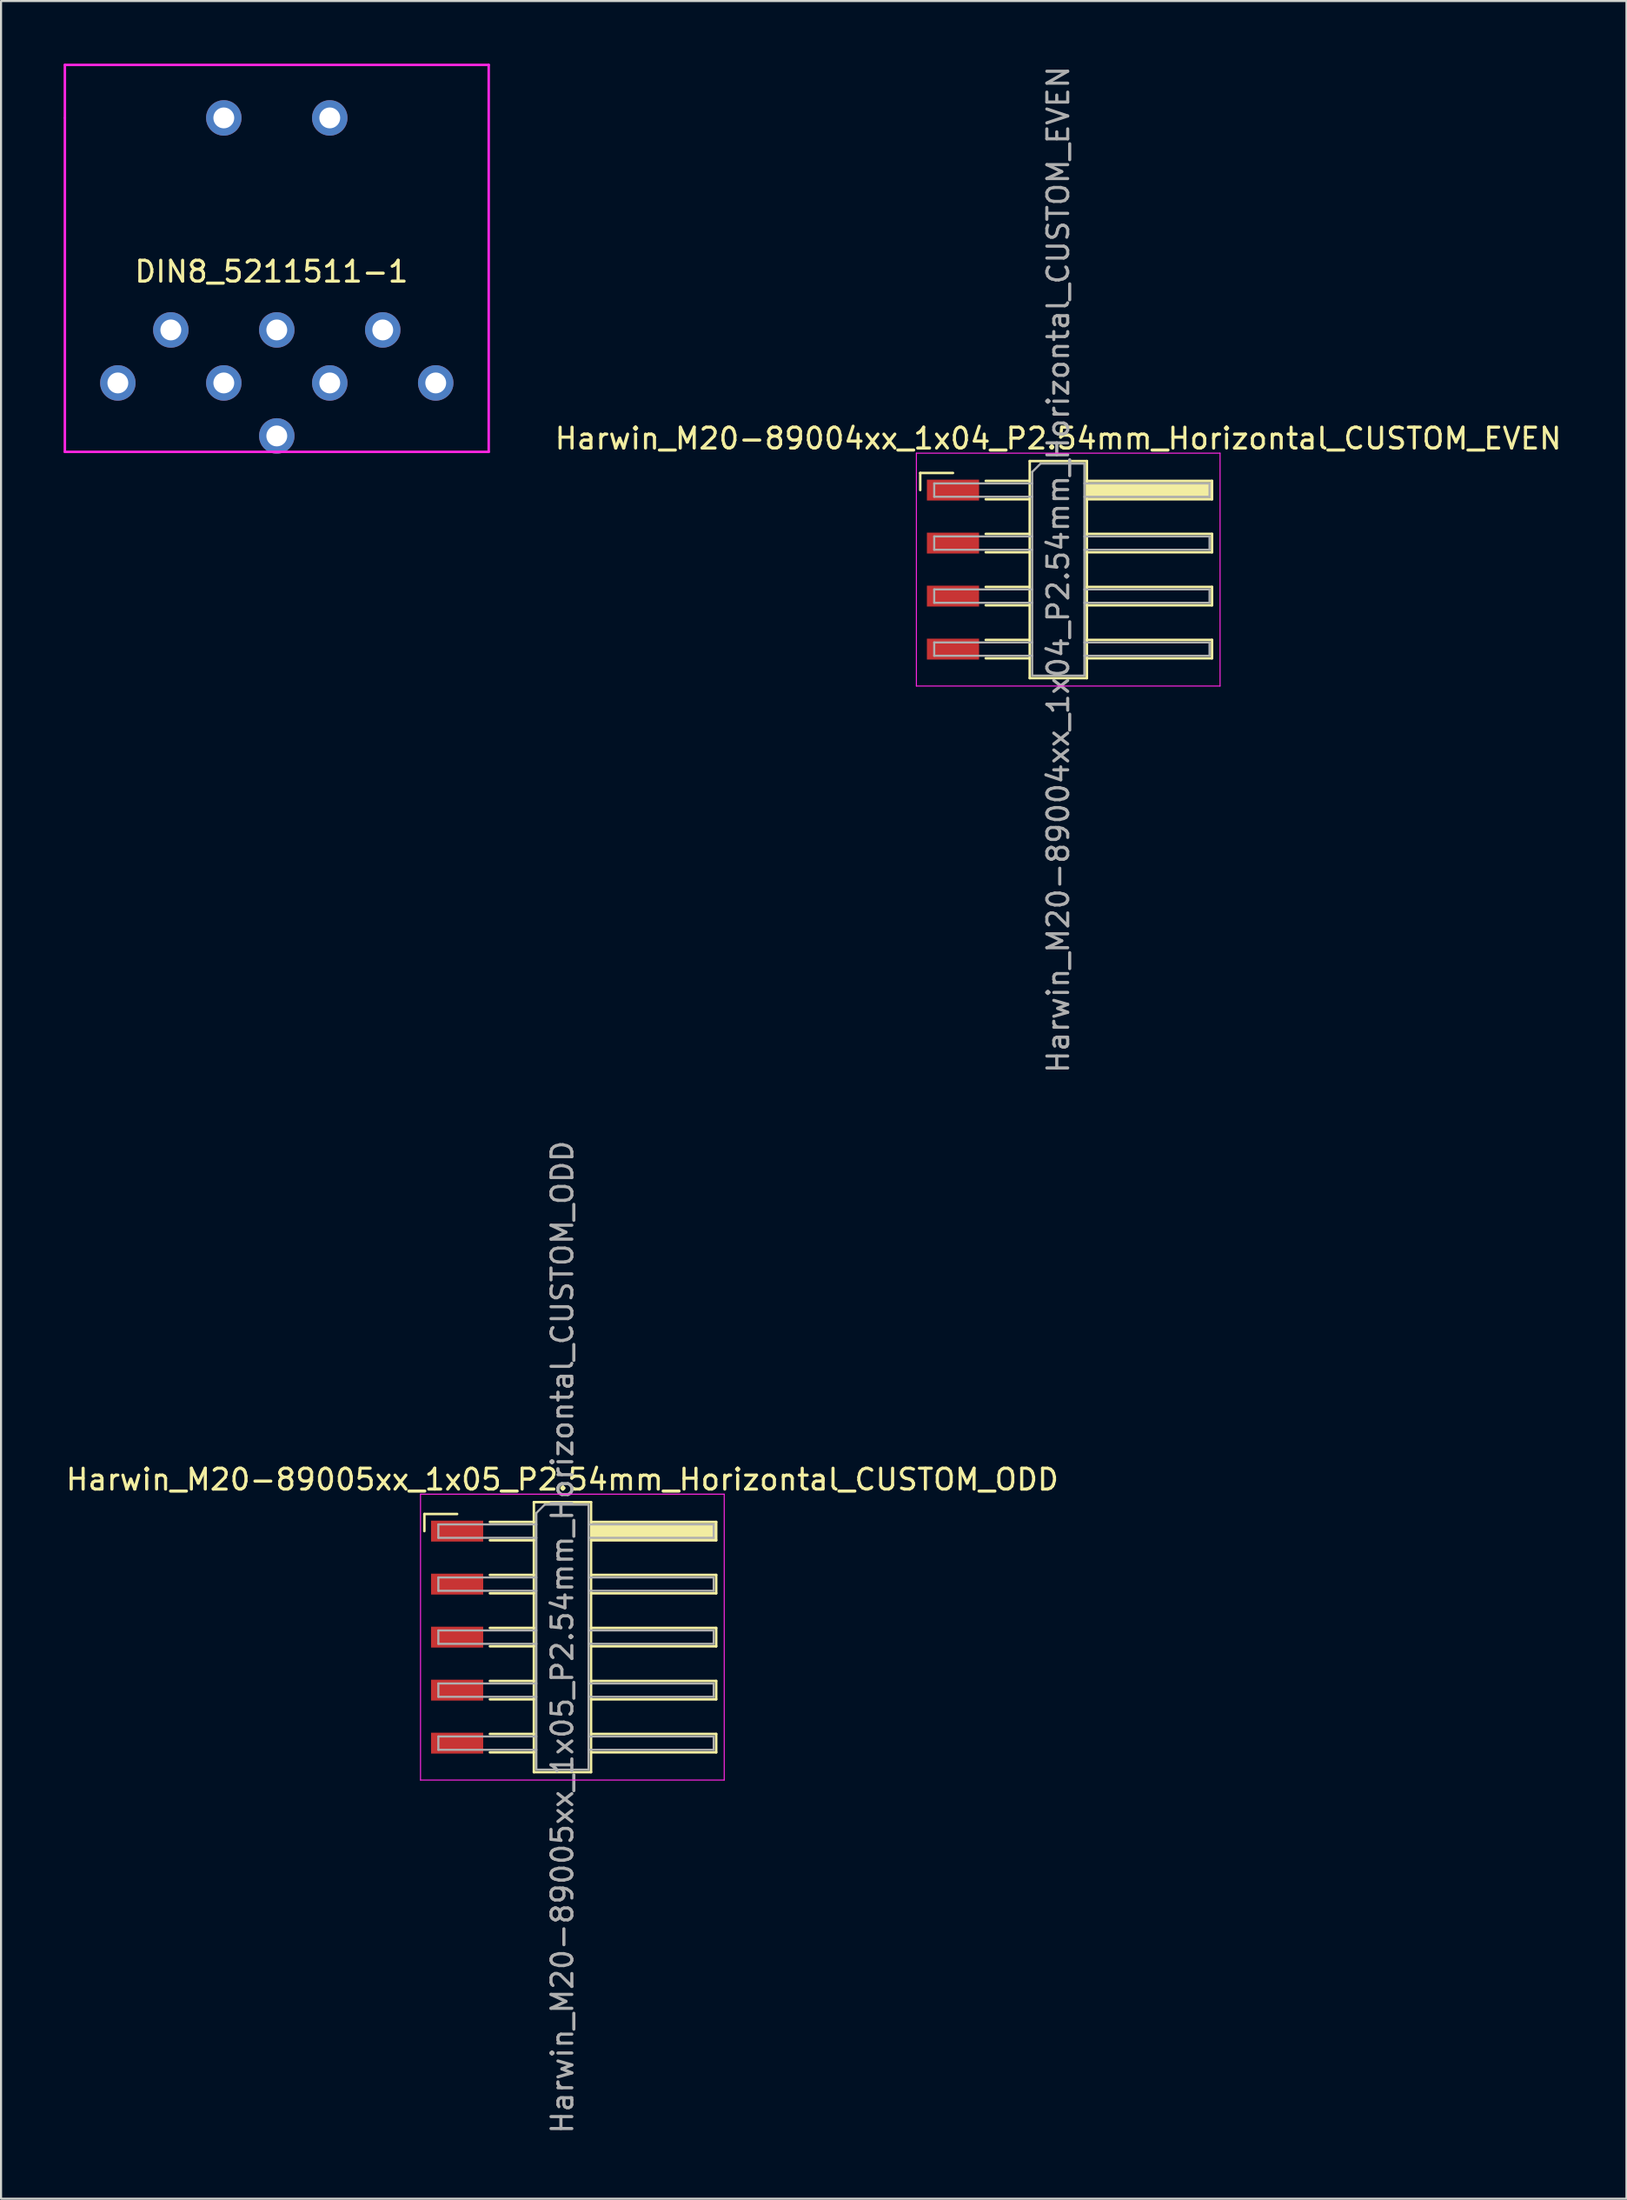
<source format=kicad_pcb>
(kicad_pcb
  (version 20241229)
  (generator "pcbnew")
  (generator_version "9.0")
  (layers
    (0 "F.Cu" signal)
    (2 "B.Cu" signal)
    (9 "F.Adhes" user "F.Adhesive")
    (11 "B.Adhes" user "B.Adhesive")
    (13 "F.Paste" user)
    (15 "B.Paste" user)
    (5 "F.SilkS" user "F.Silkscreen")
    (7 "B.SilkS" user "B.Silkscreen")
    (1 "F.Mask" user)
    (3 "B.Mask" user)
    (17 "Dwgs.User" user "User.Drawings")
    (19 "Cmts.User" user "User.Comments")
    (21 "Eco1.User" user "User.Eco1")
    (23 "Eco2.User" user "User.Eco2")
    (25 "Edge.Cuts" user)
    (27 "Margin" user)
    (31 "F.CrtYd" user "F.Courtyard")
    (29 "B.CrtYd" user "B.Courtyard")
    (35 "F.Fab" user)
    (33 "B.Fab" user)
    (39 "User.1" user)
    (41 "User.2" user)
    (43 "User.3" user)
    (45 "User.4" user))
  (footprint "Harwin_M20-89004xx_1x04_P2.54mm_Horizontal_CUSTOM_EVEN"
    (layer "F.Cu")
    (at 48.164 24.244)
    (property "Reference" "Harwin_M20-89004xx_1x04_P2.54mm_Horizontal_CUSTOM_EVEN" (at -0.48 -6.28 0) (layer "F.SilkS") (effects (font (size 1 1) (thickness 0.15))))
    (attr smd)
    (fp_line (start -7.095 -4.63) (end -5.525 -4.63) (stroke (width 0.12) (type solid)) (layer "F.SilkS"))
    (fp_line (start -7.095 -3.81) (end -7.095 -4.63) (stroke (width 0.12) (type solid)) (layer "F.SilkS"))
    (fp_line (start -3.955 -4.25) (end -1.845 -4.25) (stroke (width 0.12) (type solid)) (layer "F.SilkS"))
    (fp_line (start -3.955 -3.37) (end -1.845 -3.37) (stroke (width 0.12) (type solid)) (layer "F.SilkS"))
    (fp_line (start -3.955 -1.71) (end -1.845 -1.71) (stroke (width 0.12) (type solid)) (layer "F.SilkS"))
    (fp_line (start -3.955 -0.83) (end -1.845 -0.83) (stroke (width 0.12) (type solid)) (layer "F.SilkS"))
    (fp_line (start -3.955 0.83) (end -1.845 0.83) (stroke (width 0.12) (type solid)) (layer "F.SilkS"))
    (fp_line (start -3.955 1.71) (end -1.845 1.71) (stroke (width 0.12) (type solid)) (layer "F.SilkS"))
    (fp_line (start -3.955 3.37) (end -1.845 3.37) (stroke (width 0.12) (type solid)) (layer "F.SilkS"))
    (fp_line (start -3.955 4.25) (end -1.845 4.25) (stroke (width 0.12) (type solid)) (layer "F.SilkS"))
    (fp_line (start -1.845 -5.2) (end 0.895 -5.2) (stroke (width 0.12) (type solid)) (layer "F.SilkS"))
    (fp_line (start -1.845 5.2) (end -1.845 -5.2) (stroke (width 0.12) (type solid)) (layer "F.SilkS"))
    (fp_line (start 0.895 -5.2) (end 0.895 5.2) (stroke (width 0.12) (type solid)) (layer "F.SilkS"))
    (fp_line (start 0.895 -4.25) (end 6.895 -4.25) (stroke (width 0.12) (type solid)) (layer "F.SilkS"))
    (fp_line (start 0.895 -1.71) (end 6.895 -1.71) (stroke (width 0.12) (type solid)) (layer "F.SilkS"))
    (fp_line (start 0.895 0.83) (end 6.895 0.83) (stroke (width 0.12) (type solid)) (layer "F.SilkS"))
    (fp_line (start 0.895 3.37) (end 6.895 3.37) (stroke (width 0.12) (type solid)) (layer "F.SilkS"))
    (fp_line (start 0.895 5.2) (end -1.845 5.2) (stroke (width 0.12) (type solid)) (layer "F.SilkS"))
    (fp_line (start 6.895 -4.25) (end 6.895 -3.37) (stroke (width 0.12) (type solid)) (layer "F.SilkS"))
    (fp_line (start 6.895 -3.37) (end 0.895 -3.37) (stroke (width 0.12) (type solid)) (layer "F.SilkS"))
    (fp_line (start 6.895 -1.71) (end 6.895 -0.83) (stroke (width 0.12) (type solid)) (layer "F.SilkS"))
    (fp_line (start 6.895 -0.83) (end 0.895 -0.83) (stroke (width 0.12) (type solid)) (layer "F.SilkS"))
    (fp_line (start 6.895 0.83) (end 6.895 1.71) (stroke (width 0.12) (type solid)) (layer "F.SilkS"))
    (fp_line (start 6.895 1.71) (end 0.895 1.71) (stroke (width 0.12) (type solid)) (layer "F.SilkS"))
    (fp_line (start 6.895 3.37) (end 6.895 4.25) (stroke (width 0.12) (type solid)) (layer "F.SilkS"))
    (fp_line (start 6.895 4.25) (end 0.895 4.25) (stroke (width 0.12) (type solid)) (layer "F.SilkS"))
    (fp_line (start -7.28 -5.58) (end 7.28 -5.58) (stroke (width 0.05) (type solid)) (layer "F.CrtYd"))
    (fp_line (start -7.28 5.58) (end -7.28 -5.58) (stroke (width 0.05) (type solid)) (layer "F.CrtYd"))
    (fp_line (start 7.28 -5.58) (end 7.28 5.58) (stroke (width 0.05) (type solid)) (layer "F.CrtYd"))
    (fp_line (start 7.28 5.58) (end -7.28 5.58) (stroke (width 0.05) (type solid)) (layer "F.CrtYd"))
    (fp_line (start -6.425 -4.13) (end -6.425 -3.49) (stroke (width 0.1) (type solid)) (layer "F.Fab"))
    (fp_line (start -6.425 -3.49) (end -1.725 -3.49) (stroke (width 0.1) (type solid)) (layer "F.Fab"))
    (fp_line (start -6.425 -1.59) (end -6.425 -0.95) (stroke (width 0.1) (type solid)) (layer "F.Fab"))
    (fp_line (start -6.425 -0.95) (end -1.725 -0.95) (stroke (width 0.1) (type solid)) (layer "F.Fab"))
    (fp_line (start -6.425 0.95) (end -6.425 1.59) (stroke (width 0.1) (type solid)) (layer "F.Fab"))
    (fp_line (start -6.425 1.59) (end -1.725 1.59) (stroke (width 0.1) (type solid)) (layer "F.Fab"))
    (fp_line (start -6.425 3.49) (end -6.425 4.13) (stroke (width 0.1) (type solid)) (layer "F.Fab"))
    (fp_line (start -6.425 4.13) (end -1.725 4.13) (stroke (width 0.1) (type solid)) (layer "F.Fab"))
    (fp_line (start -1.725 -4.68) (end -1.325 -5.08) (stroke (width 0.1) (type solid)) (layer "F.Fab"))
    (fp_line (start -1.725 -4.13) (end -6.425 -4.13) (stroke (width 0.1) (type solid)) (layer "F.Fab"))
    (fp_line (start -1.725 -1.59) (end -6.425 -1.59) (stroke (width 0.1) (type solid)) (layer "F.Fab"))
    (fp_line (start -1.725 0.95) (end -6.425 0.95) (stroke (width 0.1) (type solid)) (layer "F.Fab"))
    (fp_line (start -1.725 3.49) (end -6.425 3.49) (stroke (width 0.1) (type solid)) (layer "F.Fab"))
    (fp_line (start -1.725 5.08) (end -1.725 -4.68) (stroke (width 0.1) (type solid)) (layer "F.Fab"))
    (fp_line (start -1.325 -5.08) (end 0.775 -5.08) (stroke (width 0.1) (type solid)) (layer "F.Fab"))
    (fp_line (start 0.775 -5.08) (end 0.775 5.08) (stroke (width 0.1) (type solid)) (layer "F.Fab"))
    (fp_line (start 0.775 -4.13) (end 6.775 -4.13) (stroke (width 0.1) (type solid)) (layer "F.Fab"))
    (fp_line (start 0.775 -1.59) (end 6.775 -1.59) (stroke (width 0.1) (type solid)) (layer "F.Fab"))
    (fp_line (start 0.775 0.95) (end 6.775 0.95) (stroke (width 0.1) (type solid)) (layer "F.Fab"))
    (fp_line (start 0.775 3.49) (end 6.775 3.49) (stroke (width 0.1) (type solid)) (layer "F.Fab"))
    (fp_line (start 0.775 5.08) (end -1.725 5.08) (stroke (width 0.1) (type solid)) (layer "F.Fab"))
    (fp_line (start 6.775 -4.13) (end 6.775 -3.49) (stroke (width 0.1) (type solid)) (layer "F.Fab"))
    (fp_line (start 6.775 -3.49) (end 0.775 -3.49) (stroke (width 0.1) (type solid)) (layer "F.Fab"))
    (fp_line (start 6.775 -1.59) (end 6.775 -0.95) (stroke (width 0.1) (type solid)) (layer "F.Fab"))
    (fp_line (start 6.775 -0.95) (end 0.775 -0.95) (stroke (width 0.1) (type solid)) (layer "F.Fab"))
    (fp_line (start 6.775 0.95) (end 6.775 1.59) (stroke (width 0.1) (type solid)) (layer "F.Fab"))
    (fp_line (start 6.775 1.59) (end 0.775 1.59) (stroke (width 0.1) (type solid)) (layer "F.Fab"))
    (fp_line (start 6.775 3.49) (end 6.775 4.13) (stroke (width 0.1) (type solid)) (layer "F.Fab"))
    (fp_line (start 6.775 4.13) (end 0.775 4.13) (stroke (width 0.1) (type solid)) (layer "F.Fab"))
    (fp_text user "${REFERENCE}" (at -0.48 0 90) (layer "F.Fab") (effects (font (size 1 1) (thickness 0.15))))
    (pad "" smd rect (at 3.895 -3.81) (size 6 0.76) (layers "F.SilkS"))
    (pad "2" smd rect (at -5.525 -3.81) (size 2.5 1) (layers "F.Cu" "F.Mask" "F.Paste"))
    (pad "4" smd rect (at -5.525 -1.27) (size 2.5 1) (layers "F.Cu" "F.Mask" "F.Paste"))
    (pad "6" smd rect (at -5.525 1.27) (size 2.5 1) (layers "F.Cu" "F.Mask" "F.Paste"))
    (pad "8" smd rect (at -5.525 3.81) (size 2.5 1) (layers "F.Cu" "F.Mask" "F.Paste")))
  (footprint "DIN8_5211511-1"
    (layer "F.Cu")
    (at 7.68 15.3)
    (property "Reference" "DIN8_5211511-1" (at 2.286 -5.334 0) (layer "F.SilkS") (effects (font (size 1 1) (thickness 0.15))))
    (attr through_hole)
    (fp_line (start -7.62 -15.24) (end -7.62 -12.7) (stroke (width 0.12) (type solid)) (layer "F.CrtYd"))
    (fp_line (start -7.62 -12.7) (end -7.62 3.302) (stroke (width 0.12) (type solid)) (layer "F.CrtYd"))
    (fp_line (start -7.62 3.302) (end 12.7 3.302) (stroke (width 0.12) (type solid)) (layer "F.CrtYd"))
    (fp_line (start 12.7 -15.24) (end -7.62 -15.24) (stroke (width 0.12) (type solid)) (layer "F.CrtYd"))
    (fp_line (start 12.7 3.302) (end 12.7 -15.24) (stroke (width 0.12) (type solid)) (layer "F.CrtYd"))
    (pad "" thru_hole oval (at 0 -12.7) (size 1.7 1.7) (drill oval 1) (layers "*.Cu" "*.Mask"))
    (pad "" thru_hole oval (at 5.08 -12.7) (size 1.7 1.7) (drill oval 1) (layers "*.Cu" "*.Mask"))
    (pad "1" thru_hole oval (at -2.54 -2.54) (size 1.7 1.7) (drill oval 1) (layers "*.Cu" "*.Mask"))
    (pad "2" thru_hole oval (at 2.54 -2.54) (size 1.7 1.7) (drill oval 1) (layers "*.Cu" "*.Mask"))
    (pad "3" thru_hole oval (at 7.62 -2.54) (size 1.7 1.7) (drill oval 1) (layers "*.Cu" "*.Mask"))
    (pad "4" thru_hole oval (at 0 0) (size 1.7 1.7) (drill oval 1) (layers "*.Cu" "*.Mask"))
    (pad "5" thru_hole oval (at 5.08 0) (size 1.7 1.7) (drill oval 1) (layers "*.Cu" "*.Mask"))
    (pad "6" thru_hole oval (at -5.08 0) (size 1.7 1.7) (drill oval 1) (layers "*.Cu" "*.Mask"))
    (pad "7" thru_hole oval (at 10.16 0) (size 1.7 1.7) (drill oval 1) (layers "*.Cu" "*.Mask"))
    (pad "8" thru_hole oval (at 2.54 2.54) (size 1.7 1.7) (drill oval 1) (layers "*.Cu" "*.Mask")))
  (footprint "Harwin_M20-89005xx_1x05_P2.54mm_Horizontal_CUSTOM_ODD"
    (layer "F.Cu")
    (at 24.391 75.399)
    (property "Reference" "Harwin_M20-89005xx_1x05_P2.54mm_Horizontal_CUSTOM_ODD" (at -0.48 -7.55 0) (layer "F.SilkS") (effects (font (size 1 1) (thickness 0.15))))
    (attr smd)
    (fp_line (start -7.095 -5.9) (end -5.525 -5.9) (stroke (width 0.12) (type solid)) (layer "F.SilkS"))
    (fp_line (start -7.095 -5.08) (end -7.095 -5.9) (stroke (width 0.12) (type solid)) (layer "F.SilkS"))
    (fp_line (start -3.955 -5.52) (end -1.845 -5.52) (stroke (width 0.12) (type solid)) (layer "F.SilkS"))
    (fp_line (start -3.955 -4.64) (end -1.845 -4.64) (stroke (width 0.12) (type solid)) (layer "F.SilkS"))
    (fp_line (start -3.955 -2.98) (end -1.845 -2.98) (stroke (width 0.12) (type solid)) (layer "F.SilkS"))
    (fp_line (start -3.955 -2.1) (end -1.845 -2.1) (stroke (width 0.12) (type solid)) (layer "F.SilkS"))
    (fp_line (start -3.955 -0.44) (end -1.845 -0.44) (stroke (width 0.12) (type solid)) (layer "F.SilkS"))
    (fp_line (start -3.955 0.44) (end -1.845 0.44) (stroke (width 0.12) (type solid)) (layer "F.SilkS"))
    (fp_line (start -3.955 2.1) (end -1.845 2.1) (stroke (width 0.12) (type solid)) (layer "F.SilkS"))
    (fp_line (start -3.955 2.98) (end -1.845 2.98) (stroke (width 0.12) (type solid)) (layer "F.SilkS"))
    (fp_line (start -3.955 4.64) (end -1.845 4.64) (stroke (width 0.12) (type solid)) (layer "F.SilkS"))
    (fp_line (start -3.955 5.52) (end -1.845 5.52) (stroke (width 0.12) (type solid)) (layer "F.SilkS"))
    (fp_line (start -1.845 -6.47) (end 0.895 -6.47) (stroke (width 0.12) (type solid)) (layer "F.SilkS"))
    (fp_line (start -1.845 6.47) (end -1.845 -6.47) (stroke (width 0.12) (type solid)) (layer "F.SilkS"))
    (fp_line (start 0.895 -6.47) (end 0.895 6.47) (stroke (width 0.12) (type solid)) (layer "F.SilkS"))
    (fp_line (start 0.895 -5.52) (end 6.895 -5.52) (stroke (width 0.12) (type solid)) (layer "F.SilkS"))
    (fp_line (start 0.895 -2.98) (end 6.895 -2.98) (stroke (width 0.12) (type solid)) (layer "F.SilkS"))
    (fp_line (start 0.895 -0.44) (end 6.895 -0.44) (stroke (width 0.12) (type solid)) (layer "F.SilkS"))
    (fp_line (start 0.895 2.1) (end 6.895 2.1) (stroke (width 0.12) (type solid)) (layer "F.SilkS"))
    (fp_line (start 0.895 4.64) (end 6.895 4.64) (stroke (width 0.12) (type solid)) (layer "F.SilkS"))
    (fp_line (start 0.895 6.47) (end -1.845 6.47) (stroke (width 0.12) (type solid)) (layer "F.SilkS"))
    (fp_line (start 6.895 -5.52) (end 6.895 -4.64) (stroke (width 0.12) (type solid)) (layer "F.SilkS"))
    (fp_line (start 6.895 -4.64) (end 0.895 -4.64) (stroke (width 0.12) (type solid)) (layer "F.SilkS"))
    (fp_line (start 6.895 -2.98) (end 6.895 -2.1) (stroke (width 0.12) (type solid)) (layer "F.SilkS"))
    (fp_line (start 6.895 -2.1) (end 0.895 -2.1) (stroke (width 0.12) (type solid)) (layer "F.SilkS"))
    (fp_line (start 6.895 -0.44) (end 6.895 0.44) (stroke (width 0.12) (type solid)) (layer "F.SilkS"))
    (fp_line (start 6.895 0.44) (end 0.895 0.44) (stroke (width 0.12) (type solid)) (layer "F.SilkS"))
    (fp_line (start 6.895 2.1) (end 6.895 2.98) (stroke (width 0.12) (type solid)) (layer "F.SilkS"))
    (fp_line (start 6.895 2.98) (end 0.895 2.98) (stroke (width 0.12) (type solid)) (layer "F.SilkS"))
    (fp_line (start 6.895 4.64) (end 6.895 5.52) (stroke (width 0.12) (type solid)) (layer "F.SilkS"))
    (fp_line (start 6.895 5.52) (end 0.895 5.52) (stroke (width 0.12) (type solid)) (layer "F.SilkS"))
    (fp_line (start -7.28 -6.85) (end 7.28 -6.85) (stroke (width 0.05) (type solid)) (layer "F.CrtYd"))
    (fp_line (start -7.28 6.85) (end -7.28 -6.85) (stroke (width 0.05) (type solid)) (layer "F.CrtYd"))
    (fp_line (start 7.28 -6.85) (end 7.28 6.85) (stroke (width 0.05) (type solid)) (layer "F.CrtYd"))
    (fp_line (start 7.28 6.85) (end -7.28 6.85) (stroke (width 0.05) (type solid)) (layer "F.CrtYd"))
    (fp_line (start -6.425 -5.4) (end -6.425 -4.76) (stroke (width 0.1) (type solid)) (layer "F.Fab"))
    (fp_line (start -6.425 -4.76) (end -1.725 -4.76) (stroke (width 0.1) (type solid)) (layer "F.Fab"))
    (fp_line (start -6.425 -2.86) (end -6.425 -2.22) (stroke (width 0.1) (type solid)) (layer "F.Fab"))
    (fp_line (start -6.425 -2.22) (end -1.725 -2.22) (stroke (width 0.1) (type solid)) (layer "F.Fab"))
    (fp_line (start -6.425 -0.32) (end -6.425 0.32) (stroke (width 0.1) (type solid)) (layer "F.Fab"))
    (fp_line (start -6.425 0.32) (end -1.725 0.32) (stroke (width 0.1) (type solid)) (layer "F.Fab"))
    (fp_line (start -6.425 2.22) (end -6.425 2.86) (stroke (width 0.1) (type solid)) (layer "F.Fab"))
    (fp_line (start -6.425 2.86) (end -1.725 2.86) (stroke (width 0.1) (type solid)) (layer "F.Fab"))
    (fp_line (start -6.425 4.76) (end -6.425 5.4) (stroke (width 0.1) (type solid)) (layer "F.Fab"))
    (fp_line (start -6.425 5.4) (end -1.725 5.4) (stroke (width 0.1) (type solid)) (layer "F.Fab"))
    (fp_line (start -1.725 -5.95) (end -1.325 -6.35) (stroke (width 0.1) (type solid)) (layer "F.Fab"))
    (fp_line (start -1.725 -5.4) (end -6.425 -5.4) (stroke (width 0.1) (type solid)) (layer "F.Fab"))
    (fp_line (start -1.725 -2.86) (end -6.425 -2.86) (stroke (width 0.1) (type solid)) (layer "F.Fab"))
    (fp_line (start -1.725 -0.32) (end -6.425 -0.32) (stroke (width 0.1) (type solid)) (layer "F.Fab"))
    (fp_line (start -1.725 2.22) (end -6.425 2.22) (stroke (width 0.1) (type solid)) (layer "F.Fab"))
    (fp_line (start -1.725 4.76) (end -6.425 4.76) (stroke (width 0.1) (type solid)) (layer "F.Fab"))
    (fp_line (start -1.725 6.35) (end -1.725 -5.95) (stroke (width 0.1) (type solid)) (layer "F.Fab"))
    (fp_line (start -1.325 -6.35) (end 0.775 -6.35) (stroke (width 0.1) (type solid)) (layer "F.Fab"))
    (fp_line (start 0.775 -6.35) (end 0.775 6.35) (stroke (width 0.1) (type solid)) (layer "F.Fab"))
    (fp_line (start 0.775 -5.4) (end 6.775 -5.4) (stroke (width 0.1) (type solid)) (layer "F.Fab"))
    (fp_line (start 0.775 -2.86) (end 6.775 -2.86) (stroke (width 0.1) (type solid)) (layer "F.Fab"))
    (fp_line (start 0.775 -0.32) (end 6.775 -0.32) (stroke (width 0.1) (type solid)) (layer "F.Fab"))
    (fp_line (start 0.775 2.22) (end 6.775 2.22) (stroke (width 0.1) (type solid)) (layer "F.Fab"))
    (fp_line (start 0.775 4.76) (end 6.775 4.76) (stroke (width 0.1) (type solid)) (layer "F.Fab"))
    (fp_line (start 0.775 6.35) (end -1.725 6.35) (stroke (width 0.1) (type solid)) (layer "F.Fab"))
    (fp_line (start 6.775 -5.4) (end 6.775 -4.76) (stroke (width 0.1) (type solid)) (layer "F.Fab"))
    (fp_line (start 6.775 -4.76) (end 0.775 -4.76) (stroke (width 0.1) (type solid)) (layer "F.Fab"))
    (fp_line (start 6.775 -2.86) (end 6.775 -2.22) (stroke (width 0.1) (type solid)) (layer "F.Fab"))
    (fp_line (start 6.775 -2.22) (end 0.775 -2.22) (stroke (width 0.1) (type solid)) (layer "F.Fab"))
    (fp_line (start 6.775 -0.32) (end 6.775 0.32) (stroke (width 0.1) (type solid)) (layer "F.Fab"))
    (fp_line (start 6.775 0.32) (end 0.775 0.32) (stroke (width 0.1) (type solid)) (layer "F.Fab"))
    (fp_line (start 6.775 2.22) (end 6.775 2.86) (stroke (width 0.1) (type solid)) (layer "F.Fab"))
    (fp_line (start 6.775 2.86) (end 0.775 2.86) (stroke (width 0.1) (type solid)) (layer "F.Fab"))
    (fp_line (start 6.775 4.76) (end 6.775 5.4) (stroke (width 0.1) (type solid)) (layer "F.Fab"))
    (fp_line (start 6.775 5.4) (end 0.775 5.4) (stroke (width 0.1) (type solid)) (layer "F.Fab"))
    (fp_text user "${REFERENCE}" (at -0.48 0 90) (layer "F.Fab") (effects (font (size 1 1) (thickness 0.15))))
    (pad "" smd rect (at 3.895 -5.08) (size 6 0.76) (layers "F.SilkS"))
    (pad "1" smd rect (at -5.525 -5.08) (size 2.5 1) (layers "F.Cu" "F.Mask" "F.Paste"))
    (pad "3" smd rect (at -5.525 -2.54) (size 2.5 1) (layers "F.Cu" "F.Mask" "F.Paste"))
    (pad "5" smd rect (at -5.525 0) (size 2.5 1) (layers "F.Cu" "F.Mask" "F.Paste"))
    (pad "7" smd rect (at -5.525 2.54) (size 2.5 1) (layers "F.Cu" "F.Mask" "F.Paste"))
    (pad "9" smd rect (at -5.525 5.08) (size 2.5 1) (layers "F.Cu" "F.Mask" "F.Paste")))
  (gr_rect
    (start -3 -3)
    (end 74.928 102.31)
    (stroke (width 0.1) (type default))
    (fill no)
    (layer "Edge.Cuts")))
</source>
